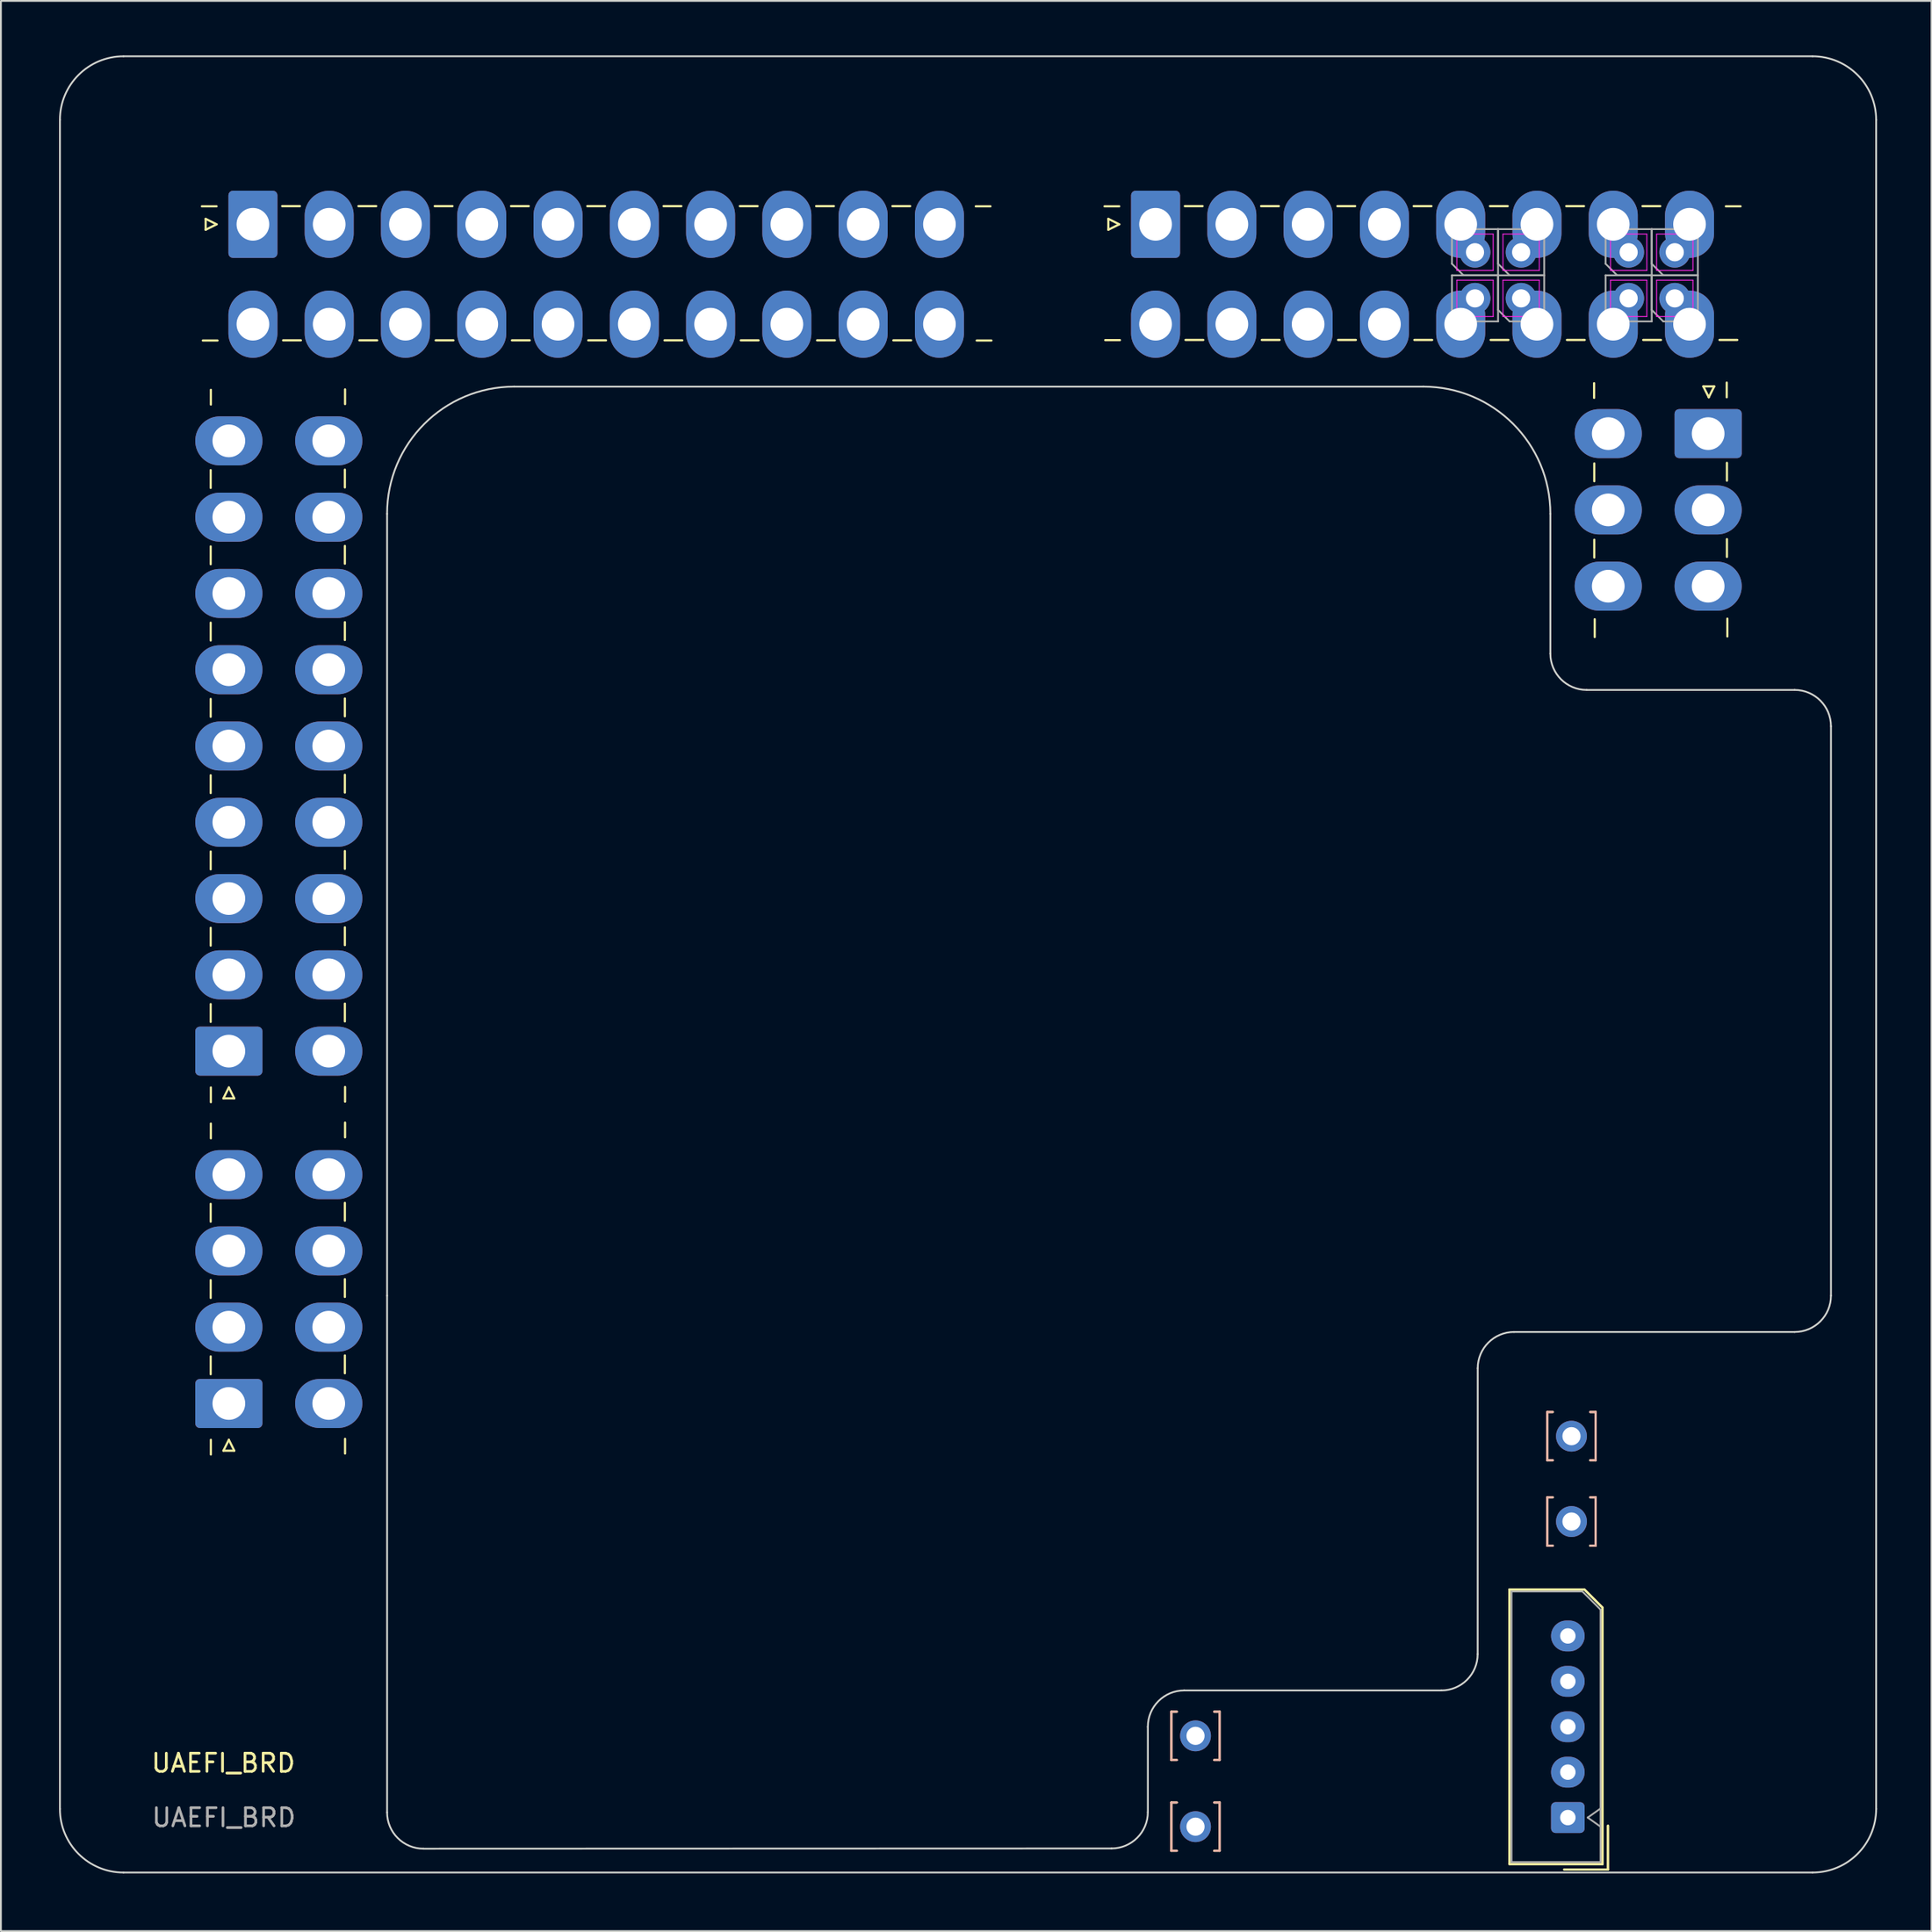
<source format=kicad_pcb>
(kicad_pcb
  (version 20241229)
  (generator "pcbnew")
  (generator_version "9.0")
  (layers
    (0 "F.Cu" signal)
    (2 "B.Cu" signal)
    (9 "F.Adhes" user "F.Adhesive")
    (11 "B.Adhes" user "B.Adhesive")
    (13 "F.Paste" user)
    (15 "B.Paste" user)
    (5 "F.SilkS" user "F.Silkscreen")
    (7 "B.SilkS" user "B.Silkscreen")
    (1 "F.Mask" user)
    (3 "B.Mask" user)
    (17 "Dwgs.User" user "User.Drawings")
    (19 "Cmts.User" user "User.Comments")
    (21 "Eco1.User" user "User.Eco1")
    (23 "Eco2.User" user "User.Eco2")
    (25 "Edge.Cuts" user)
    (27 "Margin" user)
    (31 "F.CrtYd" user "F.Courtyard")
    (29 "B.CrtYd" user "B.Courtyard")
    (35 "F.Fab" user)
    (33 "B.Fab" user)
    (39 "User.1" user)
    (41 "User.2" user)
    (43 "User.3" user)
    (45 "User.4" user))
  (footprint "UAEFI_BRD"
    (layer "F.Cu")
    (at 0.25 100.025)
    (property "Reference" "UAEFI_BRD" (at 9 -6 0) (unlocked yes) (layer "F.SilkS") (effects (font (size 1 1) (thickness 0.15))))
    (fp_line (start 8.025 -91.025) (end 8.625 -90.725) (stroke (width 0.12) (type solid)) (layer "F.SilkS"))
    (fp_line (start 8.025 -90.425) (end 8.025 -91.025) (stroke (width 0.12) (type solid)) (layer "F.SilkS"))
    (fp_line (start 8.3 -76.21) (end 8.3 -77.19) (stroke (width 0.12) (type solid)) (layer "F.SilkS"))
    (fp_line (start 8.3 -72.01) (end 8.3 -72.99) (stroke (width 0.12) (type solid)) (layer "F.SilkS"))
    (fp_line (start 8.3 -67.81) (end 8.3 -68.79) (stroke (width 0.12) (type solid)) (layer "F.SilkS"))
    (fp_line (start 8.3 -63.61) (end 8.3 -64.59) (stroke (width 0.12) (type solid)) (layer "F.SilkS"))
    (fp_line (start 8.3 -59.41) (end 8.3 -60.39) (stroke (width 0.12) (type solid)) (layer "F.SilkS"))
    (fp_line (start 8.3 -55.21) (end 8.3 -56.19) (stroke (width 0.12) (type solid)) (layer "F.SilkS"))
    (fp_line (start 8.3 -51.01) (end 8.3 -51.99) (stroke (width 0.12) (type solid)) (layer "F.SilkS"))
    (fp_line (start 8.3 -46.81) (end 8.3 -47.79) (stroke (width 0.12) (type solid)) (layer "F.SilkS"))
    (fp_line (start 8.3 -35.81) (end 8.3 -36.79) (stroke (width 0.12) (type solid)) (layer "F.SilkS"))
    (fp_line (start 8.3 -31.61) (end 8.3 -32.59) (stroke (width 0.12) (type solid)) (layer "F.SilkS"))
    (fp_line (start 8.3 -27.41) (end 8.3 -28.39) (stroke (width 0.12) (type solid)) (layer "F.SilkS"))
    (fp_line (start 8.31 -80.8) (end 8.31 -81.61) (stroke (width 0.12) (type solid)) (layer "F.SilkS"))
    (fp_line (start 8.31 -43.2) (end 8.31 -42.39) (stroke (width 0.12) (type solid)) (layer "F.SilkS"))
    (fp_line (start 8.31 -40.4) (end 8.31 -41.21) (stroke (width 0.12) (type solid)) (layer "F.SilkS"))
    (fp_line (start 8.31 -23.8) (end 8.31 -22.99) (stroke (width 0.12) (type solid)) (layer "F.SilkS"))
    (fp_line (start 8.625 -91.715) (end 7.815 -91.715) (stroke (width 0.12) (type solid)) (layer "F.SilkS"))
    (fp_line (start 8.625 -90.725) (end 8.025 -90.425) (stroke (width 0.12) (type solid)) (layer "F.SilkS"))
    (fp_line (start 8.677 -84.326) (end 7.867 -84.326) (stroke (width 0.12) (type solid)) (layer "F.SilkS"))
    (fp_line (start 9 -42.6) (end 9.3 -43.2) (stroke (width 0.12) (type solid)) (layer "F.SilkS"))
    (fp_line (start 9 -23.2) (end 9.3 -23.8) (stroke (width 0.12) (type solid)) (layer "F.SilkS"))
    (fp_line (start 9.3 -43.2) (end 9.6 -42.6) (stroke (width 0.12) (type solid)) (layer "F.SilkS"))
    (fp_line (start 9.3 -23.8) (end 9.6 -23.2) (stroke (width 0.12) (type solid)) (layer "F.SilkS"))
    (fp_line (start 9.6 -42.6) (end 9 -42.6) (stroke (width 0.12) (type solid)) (layer "F.SilkS"))
    (fp_line (start 9.6 -23.2) (end 9 -23.2) (stroke (width 0.12) (type solid)) (layer "F.SilkS"))
    (fp_line (start 12.235 -91.725) (end 13.215 -91.725) (stroke (width 0.12) (type solid)) (layer "F.SilkS"))
    (fp_line (start 12.287 -84.336) (end 13.267 -84.336) (stroke (width 0.12) (type solid)) (layer "F.SilkS"))
    (fp_line (start 15.689 -35.864) (end 15.689 -36.844) (stroke (width 0.12) (type solid)) (layer "F.SilkS"))
    (fp_line (start 15.689 -31.664) (end 15.689 -32.644) (stroke (width 0.12) (type solid)) (layer "F.SilkS"))
    (fp_line (start 15.689 -27.464) (end 15.689 -28.444) (stroke (width 0.12) (type solid)) (layer "F.SilkS"))
    (fp_line (start 15.689 -76.236) (end 15.689 -77.216) (stroke (width 0.12) (type solid)) (layer "F.SilkS"))
    (fp_line (start 15.689 -72.036) (end 15.689 -73.016) (stroke (width 0.12) (type solid)) (layer "F.SilkS"))
    (fp_line (start 15.689 -67.836) (end 15.689 -68.816) (stroke (width 0.12) (type solid)) (layer "F.SilkS"))
    (fp_line (start 15.689 -63.636) (end 15.689 -64.616) (stroke (width 0.12) (type solid)) (layer "F.SilkS"))
    (fp_line (start 15.689 -59.436) (end 15.689 -60.416) (stroke (width 0.12) (type solid)) (layer "F.SilkS"))
    (fp_line (start 15.689 -55.236) (end 15.689 -56.216) (stroke (width 0.12) (type solid)) (layer "F.SilkS"))
    (fp_line (start 15.689 -51.036) (end 15.689 -52.016) (stroke (width 0.12) (type solid)) (layer "F.SilkS"))
    (fp_line (start 15.689 -46.836) (end 15.689 -47.816) (stroke (width 0.12) (type solid)) (layer "F.SilkS"))
    (fp_line (start 15.699 -40.454) (end 15.699 -41.264) (stroke (width 0.12) (type solid)) (layer "F.SilkS"))
    (fp_line (start 15.699 -23.854) (end 15.699 -23.044) (stroke (width 0.12) (type solid)) (layer "F.SilkS"))
    (fp_line (start 15.699 -80.826) (end 15.699 -81.636) (stroke (width 0.12) (type solid)) (layer "F.SilkS"))
    (fp_line (start 15.699 -43.226) (end 15.699 -42.416) (stroke (width 0.12) (type solid)) (layer "F.SilkS"))
    (fp_line (start 16.435 -91.725) (end 17.415 -91.725) (stroke (width 0.12) (type solid)) (layer "F.SilkS"))
    (fp_line (start 16.487 -84.336) (end 17.467 -84.336) (stroke (width 0.12) (type solid)) (layer "F.SilkS"))
    (fp_line (start 20.635 -91.725) (end 21.615 -91.725) (stroke (width 0.12) (type solid)) (layer "F.SilkS"))
    (fp_line (start 20.687 -84.336) (end 21.667 -84.336) (stroke (width 0.12) (type solid)) (layer "F.SilkS"))
    (fp_line (start 24.835 -91.725) (end 25.815 -91.725) (stroke (width 0.12) (type solid)) (layer "F.SilkS"))
    (fp_line (start 24.887 -84.336) (end 25.867 -84.336) (stroke (width 0.12) (type solid)) (layer "F.SilkS"))
    (fp_line (start 29.035 -91.725) (end 30.015 -91.725) (stroke (width 0.12) (type solid)) (layer "F.SilkS"))
    (fp_line (start 29.087 -84.336) (end 30.067 -84.336) (stroke (width 0.12) (type solid)) (layer "F.SilkS"))
    (fp_line (start 33.235 -91.725) (end 34.215 -91.725) (stroke (width 0.12) (type solid)) (layer "F.SilkS"))
    (fp_line (start 33.287 -84.336) (end 34.267 -84.336) (stroke (width 0.12) (type solid)) (layer "F.SilkS"))
    (fp_line (start 37.435 -91.725) (end 38.415 -91.725) (stroke (width 0.12) (type solid)) (layer "F.SilkS"))
    (fp_line (start 37.487 -84.336) (end 38.467 -84.336) (stroke (width 0.12) (type solid)) (layer "F.SilkS"))
    (fp_line (start 41.635 -91.725) (end 42.615 -91.725) (stroke (width 0.12) (type solid)) (layer "F.SilkS"))
    (fp_line (start 41.687 -84.336) (end 42.667 -84.336) (stroke (width 0.12) (type solid)) (layer "F.SilkS"))
    (fp_line (start 45.835 -91.725) (end 46.815 -91.725) (stroke (width 0.12) (type solid)) (layer "F.SilkS"))
    (fp_line (start 45.887 -84.336) (end 46.867 -84.336) (stroke (width 0.12) (type solid)) (layer "F.SilkS"))
    (fp_line (start 50.425 -91.715) (end 51.235 -91.715) (stroke (width 0.12) (type solid)) (layer "F.SilkS"))
    (fp_line (start 50.477 -84.326) (end 51.287 -84.326) (stroke (width 0.12) (type solid)) (layer "F.SilkS"))
    (fp_line (start 57.725 -91.025) (end 58.325 -90.725) (stroke (width 0.12) (type solid)) (layer "F.SilkS"))
    (fp_line (start 57.725 -90.425) (end 57.725 -91.025) (stroke (width 0.12) (type solid)) (layer "F.SilkS"))
    (fp_line (start 58.325 -91.715) (end 57.515 -91.715) (stroke (width 0.12) (type solid)) (layer "F.SilkS"))
    (fp_line (start 58.325 -90.725) (end 57.725 -90.425) (stroke (width 0.12) (type solid)) (layer "F.SilkS"))
    (fp_line (start 58.364 -84.348) (end 57.554 -84.348) (stroke (width 0.12) (type solid)) (layer "F.SilkS"))
    (fp_line (start 61.195 -8.83) (end 61.195 -6.17) (stroke (width 0.12) (type solid)) (layer "F.SilkS"))
    (fp_line (start 61.195 -3.83) (end 61.195 -1.17) (stroke (width 0.12) (type solid)) (layer "F.SilkS"))
    (fp_line (start 61.49 -6.17) (end 61.195 -6.17) (stroke (width 0.12) (type solid)) (layer "F.SilkS"))
    (fp_line (start 61.49 -1.17) (end 61.195 -1.17) (stroke (width 0.12) (type solid)) (layer "F.SilkS"))
    (fp_line (start 61.501 -8.83) (end 61.195 -8.83) (stroke (width 0.12) (type solid)) (layer "F.SilkS"))
    (fp_line (start 61.501 -3.83) (end 61.195 -3.83) (stroke (width 0.12) (type solid)) (layer "F.SilkS"))
    (fp_line (start 61.935 -91.725) (end 62.915 -91.725) (stroke (width 0.12) (type solid)) (layer "F.SilkS"))
    (fp_line (start 61.974 -84.358) (end 62.954 -84.358) (stroke (width 0.12) (type solid)) (layer "F.SilkS"))
    (fp_line (start 63.549 -6.17) (end 63.855 -6.17) (stroke (width 0.12) (type solid)) (layer "F.SilkS"))
    (fp_line (start 63.549 -1.17) (end 63.855 -1.17) (stroke (width 0.12) (type solid)) (layer "F.SilkS"))
    (fp_line (start 63.561 -8.83) (end 63.855 -8.83) (stroke (width 0.12) (type solid)) (layer "F.SilkS"))
    (fp_line (start 63.561 -3.83) (end 63.855 -3.83) (stroke (width 0.12) (type solid)) (layer "F.SilkS"))
    (fp_line (start 63.855 -6.17) (end 63.855 -8.83) (stroke (width 0.12) (type solid)) (layer "F.SilkS"))
    (fp_line (start 63.855 -1.17) (end 63.855 -3.83) (stroke (width 0.12) (type solid)) (layer "F.SilkS"))
    (fp_line (start 66.135 -91.725) (end 67.115 -91.725) (stroke (width 0.12) (type solid)) (layer "F.SilkS"))
    (fp_line (start 66.174 -84.358) (end 67.154 -84.358) (stroke (width 0.12) (type solid)) (layer "F.SilkS"))
    (fp_line (start 70.335 -91.725) (end 71.315 -91.725) (stroke (width 0.12) (type solid)) (layer "F.SilkS"))
    (fp_line (start 70.374 -84.358) (end 71.354 -84.358) (stroke (width 0.12) (type solid)) (layer "F.SilkS"))
    (fp_line (start 74.535 -91.725) (end 75.515 -91.725) (stroke (width 0.12) (type solid)) (layer "F.SilkS"))
    (fp_line (start 74.574 -84.358) (end 75.554 -84.358) (stroke (width 0.12) (type solid)) (layer "F.SilkS"))
    (fp_line (start 78.735 -91.725) (end 79.715 -91.725) (stroke (width 0.12) (type solid)) (layer "F.SilkS"))
    (fp_line (start 78.774 -84.358) (end 79.754 -84.358) (stroke (width 0.12) (type solid)) (layer "F.SilkS"))
    (fp_line (start 79.815 -15.56) (end 79.815 -0.44) (stroke (width 0.12) (type solid)) (layer "F.SilkS"))
    (fp_line (start 79.815 -15.56) (end 79.815 -0.44) (stroke (width 0.12) (type solid)) (layer "F.SilkS"))
    (fp_line (start 79.815 -0.44) (end 84.935 -0.44) (stroke (width 0.12) (type solid)) (layer "F.SilkS"))
    (fp_line (start 79.815 -0.44) (end 84.935 -0.44) (stroke (width 0.12) (type solid)) (layer "F.SilkS"))
    (fp_line (start 81.895 -25.33) (end 81.895 -22.67) (stroke (width 0.12) (type solid)) (layer "F.SilkS"))
    (fp_line (start 81.895 -20.63) (end 81.895 -17.97) (stroke (width 0.12) (type solid)) (layer "F.SilkS"))
    (fp_line (start 82.19 -22.67) (end 81.895 -22.67) (stroke (width 0.12) (type solid)) (layer "F.SilkS"))
    (fp_line (start 82.19 -17.97) (end 81.895 -17.97) (stroke (width 0.12) (type solid)) (layer "F.SilkS"))
    (fp_line (start 82.201 -25.33) (end 81.895 -25.33) (stroke (width 0.12) (type solid)) (layer "F.SilkS"))
    (fp_line (start 82.201 -20.63) (end 81.895 -20.63) (stroke (width 0.12) (type solid)) (layer "F.SilkS"))
    (fp_line (start 82.825 -0.14) (end 85.235 -0.14) (stroke (width 0.12) (type solid)) (layer "F.SilkS"))
    (fp_line (start 82.825 -0.14) (end 85.235 -0.14) (stroke (width 0.12) (type solid)) (layer "F.SilkS"))
    (fp_line (start 82.935 -91.725) (end 83.915 -91.725) (stroke (width 0.12) (type solid)) (layer "F.SilkS"))
    (fp_line (start 82.974 -84.358) (end 83.954 -84.358) (stroke (width 0.12) (type solid)) (layer "F.SilkS"))
    (fp_line (start 83.935 -15.56) (end 79.815 -15.56) (stroke (width 0.12) (type solid)) (layer "F.SilkS"))
    (fp_line (start 83.935 -15.56) (end 79.815 -15.56) (stroke (width 0.12) (type solid)) (layer "F.SilkS"))
    (fp_line (start 84.249 -22.67) (end 84.555 -22.67) (stroke (width 0.12) (type solid)) (layer "F.SilkS"))
    (fp_line (start 84.249 -17.97) (end 84.555 -17.97) (stroke (width 0.12) (type solid)) (layer "F.SilkS"))
    (fp_line (start 84.261 -25.33) (end 84.555 -25.33) (stroke (width 0.12) (type solid)) (layer "F.SilkS"))
    (fp_line (start 84.261 -20.63) (end 84.555 -20.63) (stroke (width 0.12) (type solid)) (layer "F.SilkS"))
    (fp_line (start 84.47 -81.168) (end 84.47 -81.978) (stroke (width 0.12) (type solid)) (layer "F.SilkS"))
    (fp_line (start 84.48 -77.558) (end 84.48 -76.578) (stroke (width 0.12) (type solid)) (layer "F.SilkS"))
    (fp_line (start 84.48 -73.358) (end 84.48 -72.378) (stroke (width 0.12) (type solid)) (layer "F.SilkS"))
    (fp_line (start 84.504 -68) (end 84.504 -68.98) (stroke (width 0.12) (type solid)) (layer "F.SilkS"))
    (fp_line (start 84.555 -22.67) (end 84.555 -25.33) (stroke (width 0.12) (type solid)) (layer "F.SilkS"))
    (fp_line (start 84.555 -17.97) (end 84.555 -20.63) (stroke (width 0.12) (type solid)) (layer "F.SilkS"))
    (fp_line (start 84.935 -14.56) (end 83.935 -15.56) (stroke (width 0.12) (type solid)) (layer "F.SilkS"))
    (fp_line (start 84.935 -14.56) (end 83.935 -15.56) (stroke (width 0.12) (type solid)) (layer "F.SilkS"))
    (fp_line (start 84.935 -0.44) (end 84.935 -14.56) (stroke (width 0.12) (type solid)) (layer "F.SilkS"))
    (fp_line (start 84.935 -0.44) (end 84.935 -14.56) (stroke (width 0.12) (type solid)) (layer "F.SilkS"))
    (fp_line (start 85.235 -0.14) (end 85.235 -2.55) (stroke (width 0.12) (type solid)) (layer "F.SilkS"))
    (fp_line (start 85.235 -0.14) (end 85.235 -2.55) (stroke (width 0.12) (type solid)) (layer "F.SilkS"))
    (fp_line (start 87.135 -91.725) (end 88.115 -91.725) (stroke (width 0.12) (type solid)) (layer "F.SilkS"))
    (fp_line (start 87.174 -84.358) (end 88.154 -84.358) (stroke (width 0.12) (type solid)) (layer "F.SilkS"))
    (fp_line (start 90.484 -81.8) (end 91.084 -81.8) (stroke (width 0.12) (type solid)) (layer "F.SilkS"))
    (fp_line (start 90.784 -81.2) (end 90.484 -81.8) (stroke (width 0.12) (type solid)) (layer "F.SilkS"))
    (fp_line (start 91.084 -81.8) (end 90.784 -81.2) (stroke (width 0.12) (type solid)) (layer "F.SilkS"))
    (fp_line (start 91.374 -84.358) (end 92.354 -84.358) (stroke (width 0.12) (type solid)) (layer "F.SilkS"))
    (fp_line (start 91.725 -91.715) (end 92.535 -91.715) (stroke (width 0.12) (type solid)) (layer "F.SilkS"))
    (fp_line (start 91.774 -81.2) (end 91.774 -82.01) (stroke (width 0.12) (type solid)) (layer "F.SilkS"))
    (fp_line (start 91.784 -77.59) (end 91.784 -76.61) (stroke (width 0.12) (type solid)) (layer "F.SilkS"))
    (fp_line (start 91.784 -73.39) (end 91.784 -72.41) (stroke (width 0.12) (type solid)) (layer "F.SilkS"))
    (fp_line (start 91.808 -68.032) (end 91.808 -69.012) (stroke (width 0.12) (type solid)) (layer "F.SilkS"))
    (fp_line (start 61.195 -6.17) (end 61.195 -8.83) (stroke (width 0.12) (type solid)) (layer "B.SilkS"))
    (fp_line (start 61.195 -1.17) (end 61.195 -3.83) (stroke (width 0.12) (type solid)) (layer "B.SilkS"))
    (fp_line (start 61.49 -8.83) (end 61.195 -8.83) (stroke (width 0.12) (type solid)) (layer "B.SilkS"))
    (fp_line (start 61.49 -3.83) (end 61.195 -3.83) (stroke (width 0.12) (type solid)) (layer "B.SilkS"))
    (fp_line (start 61.501 -6.17) (end 61.195 -6.17) (stroke (width 0.12) (type solid)) (layer "B.SilkS"))
    (fp_line (start 61.501 -1.17) (end 61.195 -1.17) (stroke (width 0.12) (type solid)) (layer "B.SilkS"))
    (fp_line (start 63.549 -8.83) (end 63.855 -8.83) (stroke (width 0.12) (type solid)) (layer "B.SilkS"))
    (fp_line (start 63.549 -3.83) (end 63.855 -3.83) (stroke (width 0.12) (type solid)) (layer "B.SilkS"))
    (fp_line (start 63.561 -6.17) (end 63.855 -6.17) (stroke (width 0.12) (type solid)) (layer "B.SilkS"))
    (fp_line (start 63.561 -1.17) (end 63.855 -1.17) (stroke (width 0.12) (type solid)) (layer "B.SilkS"))
    (fp_line (start 63.855 -8.83) (end 63.855 -6.17) (stroke (width 0.12) (type solid)) (layer "B.SilkS"))
    (fp_line (start 63.855 -3.83) (end 63.855 -1.17) (stroke (width 0.12) (type solid)) (layer "B.SilkS"))
    (fp_line (start 81.895 -22.67) (end 81.895 -25.33) (stroke (width 0.12) (type solid)) (layer "B.SilkS"))
    (fp_line (start 81.895 -17.97) (end 81.895 -20.63) (stroke (width 0.12) (type solid)) (layer "B.SilkS"))
    (fp_line (start 82.19 -25.33) (end 81.895 -25.33) (stroke (width 0.12) (type solid)) (layer "B.SilkS"))
    (fp_line (start 82.19 -20.63) (end 81.895 -20.63) (stroke (width 0.12) (type solid)) (layer "B.SilkS"))
    (fp_line (start 82.201 -22.67) (end 81.895 -22.67) (stroke (width 0.12) (type solid)) (layer "B.SilkS"))
    (fp_line (start 82.201 -17.97) (end 81.895 -17.97) (stroke (width 0.12) (type solid)) (layer "B.SilkS"))
    (fp_line (start 84.249 -25.33) (end 84.555 -25.33) (stroke (width 0.12) (type solid)) (layer "B.SilkS"))
    (fp_line (start 84.249 -20.63) (end 84.555 -20.63) (stroke (width 0.12) (type solid)) (layer "B.SilkS"))
    (fp_line (start 84.261 -22.67) (end 84.555 -22.67) (stroke (width 0.12) (type solid)) (layer "B.SilkS"))
    (fp_line (start 84.261 -17.97) (end 84.555 -17.97) (stroke (width 0.12) (type solid)) (layer "B.SilkS"))
    (fp_line (start 84.555 -25.33) (end 84.555 -22.67) (stroke (width 0.12) (type solid)) (layer "B.SilkS"))
    (fp_line (start 84.555 -20.63) (end 84.555 -17.97) (stroke (width 0.12) (type solid)) (layer "B.SilkS"))
    (fp_line (start 0 -96.475) (end 0 -3.475) (stroke (width 0.1) (type default)) (layer "Edge.Cuts"))
    (fp_line (start 3.5 0.025) (end 96.5 0.025) (stroke (width 0.1) (type default)) (layer "Edge.Cuts"))
    (fp_line (start 18.013 -31.737) (end 18.013 -74.787) (stroke (width 0.1) (type default)) (layer "Edge.Cuts"))
    (fp_line (start 18.013 -31.737) (end 18.013 -3.287) (stroke (width 0.1) (type default)) (layer "Edge.Cuts"))
    (fp_line (start 57.9 -1.3) (end 20.013 -1.287) (stroke (width 0.1) (type default)) (layer "Edge.Cuts"))
    (fp_line (start 59.9 -3.3) (end 59.9 -8) (stroke (width 0.1) (type default)) (layer "Edge.Cuts"))
    (fp_line (start 61.9 -10) (end 76.06 -10) (stroke (width 0.1) (type default)) (layer "Edge.Cuts"))
    (fp_line (start 75.063 -81.787) (end 25.013 -81.787) (stroke (width 0.1) (type default)) (layer "Edge.Cuts"))
    (fp_line (start 78.063 -27.737) (end 78.06 -12) (stroke (width 0.1) (type default)) (layer "Edge.Cuts"))
    (fp_line (start 80.063 -29.737) (end 95.513 -29.737) (stroke (width 0.1) (type default)) (layer "Edge.Cuts"))
    (fp_line (start 82.063 -74.787) (end 82.063 -67.087) (stroke (width 0.1) (type default)) (layer "Edge.Cuts"))
    (fp_line (start 95.513 -65.087) (end 84.063 -65.087) (stroke (width 0.1) (type default)) (layer "Edge.Cuts"))
    (fp_line (start 96.5 -99.975) (end 3.5 -99.975) (stroke (width 0.1) (type default)) (layer "Edge.Cuts"))
    (fp_line (start 97.513 -31.737) (end 97.513 -63.087) (stroke (width 0.1) (type default)) (layer "Edge.Cuts"))
    (fp_line (start 100 -3.475) (end 100 -96.475) (stroke (width 0.1) (type default)) (layer "Edge.Cuts"))
    (fp_arc (start 0 -96.474874) (mid 1.025127 -98.949746) (end 3.5 -99.974874) (stroke (width 0.1) (type default)) (layer "Edge.Cuts"))
    (fp_arc (start 3.5 0.025126) (mid 1.025128 -1.000001) (end 0 -3.474874) (stroke (width 0.1) (type default)) (layer "Edge.Cuts"))
    (fp_arc (start 18.012562 -74.787438) (mid 20.062815 -79.737185) (end 25.012563 -81.787437) (stroke (width 0.1) (type solid)) (layer "Edge.Cuts"))
    (fp_arc (start 20.012563 -1.287437) (mid 18.59835 -1.873224) (end 18.012563 -3.287437) (stroke (width 0.1) (type default)) (layer "Edge.Cuts"))
    (fp_arc (start 59.899911 -8.00008) (mid 60.485719 -9.414272) (end 61.899911 -10.00008) (stroke (width 0.1) (type default)) (layer "Edge.Cuts"))
    (fp_arc (start 59.9 -3.3) (mid 59.314192 -1.885808) (end 57.9 -1.3) (stroke (width 0.1) (type default)) (layer "Edge.Cuts"))
    (fp_arc (start 75.062815 -81.787437) (mid 80.012612 -79.73722) (end 82.062814 -74.787436) (stroke (width 0.1) (type solid)) (layer "Edge.Cuts"))
    (fp_arc (start 78.060074 -11.999926) (mid 77.474266 -10.585734) (end 76.060074 -9.999926) (stroke (width 0.1) (type default)) (layer "Edge.Cuts"))
    (fp_arc (start 78.062811 -27.73718) (mid 78.648619 -29.151383) (end 80.062811 -29.73718) (stroke (width 0.1) (type default)) (layer "Edge.Cuts"))
    (fp_arc (start 84.062814 -65.087437) (mid 82.648592 -65.673201) (end 82.062814 -67.087437) (stroke (width 0.1) (type default)) (layer "Edge.Cuts"))
    (fp_arc (start 95.512563 -65.087437) (mid 96.926766 -64.50164) (end 97.512563 -63.087437) (stroke (width 0.1) (type default)) (layer "Edge.Cuts"))
    (fp_arc (start 96.5 -99.974874) (mid 98.974877 -98.949751) (end 100 -96.474874) (stroke (width 0.1) (type default)) (layer "Edge.Cuts"))
    (fp_arc (start 97.512563 -31.73718) (mid 96.926801 -30.322937) (end 95.512563 -29.73718) (stroke (width 0.1) (type default)) (layer "Edge.Cuts"))
    (fp_arc (start 100 -3.474874) (mid 98.97487 -1.000005) (end 96.5 0.025126) (stroke (width 0.1) (type default)) (layer "Edge.Cuts"))
    (fp_line (start 76.913 -90.187) (end 76.913 -88.187) (stroke (width 0.05) (type solid)) (layer "F.CrtYd"))
    (fp_line (start 76.913 -88.187) (end 78.913 -88.187) (stroke (width 0.05) (type solid)) (layer "F.CrtYd"))
    (fp_line (start 76.913 -87.647) (end 76.913 -85.647) (stroke (width 0.05) (type solid)) (layer "F.CrtYd"))
    (fp_line (start 76.913 -85.647) (end 78.913 -85.647) (stroke (width 0.05) (type solid)) (layer "F.CrtYd"))
    (fp_line (start 78.913 -90.187) (end 76.913 -90.187) (stroke (width 0.05) (type solid)) (layer "F.CrtYd"))
    (fp_line (start 78.913 -88.187) (end 78.913 -90.187) (stroke (width 0.05) (type solid)) (layer "F.CrtYd"))
    (fp_line (start 78.913 -87.647) (end 76.913 -87.647) (stroke (width 0.05) (type solid)) (layer "F.CrtYd"))
    (fp_line (start 78.913 -85.647) (end 78.913 -87.647) (stroke (width 0.05) (type solid)) (layer "F.CrtYd"))
    (fp_line (start 79.453 -90.187) (end 79.453 -88.187) (stroke (width 0.05) (type solid)) (layer "F.CrtYd"))
    (fp_line (start 79.453 -88.187) (end 81.453 -88.187) (stroke (width 0.05) (type solid)) (layer "F.CrtYd"))
    (fp_line (start 79.453 -87.647) (end 79.453 -85.647) (stroke (width 0.05) (type solid)) (layer "F.CrtYd"))
    (fp_line (start 79.453 -85.647) (end 81.453 -85.647) (stroke (width 0.05) (type solid)) (layer "F.CrtYd"))
    (fp_line (start 81.453 -90.187) (end 79.453 -90.187) (stroke (width 0.05) (type solid)) (layer "F.CrtYd"))
    (fp_line (start 81.453 -88.187) (end 81.453 -90.187) (stroke (width 0.05) (type solid)) (layer "F.CrtYd"))
    (fp_line (start 81.453 -87.647) (end 79.453 -87.647) (stroke (width 0.05) (type solid)) (layer "F.CrtYd"))
    (fp_line (start 81.453 -85.647) (end 81.453 -87.647) (stroke (width 0.05) (type solid)) (layer "F.CrtYd"))
    (fp_line (start 85.373 -90.187) (end 85.373 -88.187) (stroke (width 0.05) (type solid)) (layer "F.CrtYd"))
    (fp_line (start 85.373 -88.187) (end 87.373 -88.187) (stroke (width 0.05) (type solid)) (layer "F.CrtYd"))
    (fp_line (start 85.373 -87.647) (end 85.373 -85.647) (stroke (width 0.05) (type solid)) (layer "F.CrtYd"))
    (fp_line (start 85.373 -85.647) (end 87.373 -85.647) (stroke (width 0.05) (type solid)) (layer "F.CrtYd"))
    (fp_line (start 87.373 -90.187) (end 85.373 -90.187) (stroke (width 0.05) (type solid)) (layer "F.CrtYd"))
    (fp_line (start 87.373 -88.187) (end 87.373 -90.187) (stroke (width 0.05) (type solid)) (layer "F.CrtYd"))
    (fp_line (start 87.373 -87.647) (end 85.373 -87.647) (stroke (width 0.05) (type solid)) (layer "F.CrtYd"))
    (fp_line (start 87.373 -85.647) (end 87.373 -87.647) (stroke (width 0.05) (type solid)) (layer "F.CrtYd"))
    (fp_line (start 87.913 -90.187) (end 87.913 -88.187) (stroke (width 0.05) (type solid)) (layer "F.CrtYd"))
    (fp_line (start 87.913 -88.187) (end 89.913 -88.187) (stroke (width 0.05) (type solid)) (layer "F.CrtYd"))
    (fp_line (start 87.913 -87.647) (end 87.913 -85.647) (stroke (width 0.05) (type solid)) (layer "F.CrtYd"))
    (fp_line (start 87.913 -85.647) (end 89.913 -85.647) (stroke (width 0.05) (type solid)) (layer "F.CrtYd"))
    (fp_line (start 89.913 -90.187) (end 87.913 -90.187) (stroke (width 0.05) (type solid)) (layer "F.CrtYd"))
    (fp_line (start 89.913 -88.187) (end 89.913 -90.187) (stroke (width 0.05) (type solid)) (layer "F.CrtYd"))
    (fp_line (start 89.913 -87.647) (end 87.913 -87.647) (stroke (width 0.05) (type solid)) (layer "F.CrtYd"))
    (fp_line (start 89.913 -85.647) (end 89.913 -87.647) (stroke (width 0.05) (type solid)) (layer "F.CrtYd"))
    (fp_line (start 76.643 -90.457) (end 79.183 -90.457) (stroke (width 0.1) (type solid)) (layer "F.Fab"))
    (fp_line (start 76.643 -88.552) (end 76.643 -90.457) (stroke (width 0.1) (type solid)) (layer "F.Fab"))
    (fp_line (start 76.643 -87.917) (end 79.183 -87.917) (stroke (width 0.1) (type solid)) (layer "F.Fab"))
    (fp_line (start 76.643 -86.012) (end 76.643 -87.917) (stroke (width 0.1) (type solid)) (layer "F.Fab"))
    (fp_line (start 77.278 -87.917) (end 76.643 -88.552) (stroke (width 0.1) (type solid)) (layer "F.Fab"))
    (fp_line (start 77.278 -85.377) (end 76.643 -86.012) (stroke (width 0.1) (type solid)) (layer "F.Fab"))
    (fp_line (start 79.183 -90.457) (end 79.183 -87.917) (stroke (width 0.1) (type solid)) (layer "F.Fab"))
    (fp_line (start 79.183 -90.457) (end 81.723 -90.457) (stroke (width 0.1) (type solid)) (layer "F.Fab"))
    (fp_line (start 79.183 -88.552) (end 79.183 -90.457) (stroke (width 0.1) (type solid)) (layer "F.Fab"))
    (fp_line (start 79.183 -87.917) (end 77.278 -87.917) (stroke (width 0.1) (type solid)) (layer "F.Fab"))
    (fp_line (start 79.183 -87.917) (end 79.183 -85.377) (stroke (width 0.1) (type solid)) (layer "F.Fab"))
    (fp_line (start 79.183 -87.917) (end 81.723 -87.917) (stroke (width 0.1) (type solid)) (layer "F.Fab"))
    (fp_line (start 79.183 -86.012) (end 79.183 -87.917) (stroke (width 0.1) (type solid)) (layer "F.Fab"))
    (fp_line (start 79.183 -85.377) (end 77.278 -85.377) (stroke (width 0.1) (type solid)) (layer "F.Fab"))
    (fp_line (start 79.818 -87.917) (end 79.183 -88.552) (stroke (width 0.1) (type solid)) (layer "F.Fab"))
    (fp_line (start 79.818 -85.377) (end 79.183 -86.012) (stroke (width 0.1) (type solid)) (layer "F.Fab"))
    (fp_line (start 79.925 -15.45) (end 79.925 -0.55) (stroke (width 0.1) (type solid)) (layer "F.Fab"))
    (fp_line (start 79.925 -0.55) (end 84.825 -0.55) (stroke (width 0.1) (type solid)) (layer "F.Fab"))
    (fp_line (start 81.723 -90.457) (end 81.723 -87.917) (stroke (width 0.1) (type solid)) (layer "F.Fab"))
    (fp_line (start 81.723 -87.917) (end 79.818 -87.917) (stroke (width 0.1) (type solid)) (layer "F.Fab"))
    (fp_line (start 81.723 -87.917) (end 81.723 -85.377) (stroke (width 0.1) (type solid)) (layer "F.Fab"))
    (fp_line (start 81.723 -85.377) (end 79.818 -85.377) (stroke (width 0.1) (type solid)) (layer "F.Fab"))
    (fp_line (start 83.825 -15.45) (end 79.925 -15.45) (stroke (width 0.1) (type solid)) (layer "F.Fab"))
    (fp_line (start 84.118 -3) (end 84.825 -3.5) (stroke (width 0.1) (type solid)) (layer "F.Fab"))
    (fp_line (start 84.825 -14.45) (end 83.825 -15.45) (stroke (width 0.1) (type solid)) (layer "F.Fab"))
    (fp_line (start 84.825 -2.5) (end 84.118 -3) (stroke (width 0.1) (type solid)) (layer "F.Fab"))
    (fp_line (start 84.825 -0.55) (end 84.825 -14.45) (stroke (width 0.1) (type solid)) (layer "F.Fab"))
    (fp_line (start 85.103 -90.457) (end 87.643 -90.457) (stroke (width 0.1) (type solid)) (layer "F.Fab"))
    (fp_line (start 85.103 -88.552) (end 85.103 -90.457) (stroke (width 0.1) (type solid)) (layer "F.Fab"))
    (fp_line (start 85.103 -87.917) (end 87.643 -87.917) (stroke (width 0.1) (type solid)) (layer "F.Fab"))
    (fp_line (start 85.103 -86.012) (end 85.103 -87.917) (stroke (width 0.1) (type solid)) (layer "F.Fab"))
    (fp_line (start 85.738 -87.917) (end 85.103 -88.552) (stroke (width 0.1) (type solid)) (layer "F.Fab"))
    (fp_line (start 85.738 -85.377) (end 85.103 -86.012) (stroke (width 0.1) (type solid)) (layer "F.Fab"))
    (fp_line (start 87.643 -90.457) (end 87.643 -87.917) (stroke (width 0.1) (type solid)) (layer "F.Fab"))
    (fp_line (start 87.643 -90.457) (end 90.183 -90.457) (stroke (width 0.1) (type solid)) (layer "F.Fab"))
    (fp_line (start 87.643 -88.552) (end 87.643 -90.457) (stroke (width 0.1) (type solid)) (layer "F.Fab"))
    (fp_line (start 87.643 -87.917) (end 85.738 -87.917) (stroke (width 0.1) (type solid)) (layer "F.Fab"))
    (fp_line (start 87.643 -87.917) (end 87.643 -85.377) (stroke (width 0.1) (type solid)) (layer "F.Fab"))
    (fp_line (start 87.643 -87.917) (end 90.183 -87.917) (stroke (width 0.1) (type solid)) (layer "F.Fab"))
    (fp_line (start 87.643 -86.012) (end 87.643 -87.917) (stroke (width 0.1) (type solid)) (layer "F.Fab"))
    (fp_line (start 87.643 -85.377) (end 85.738 -85.377) (stroke (width 0.1) (type solid)) (layer "F.Fab"))
    (fp_line (start 88.278 -87.917) (end 87.643 -88.552) (stroke (width 0.1) (type solid)) (layer "F.Fab"))
    (fp_line (start 88.278 -85.377) (end 87.643 -86.012) (stroke (width 0.1) (type solid)) (layer "F.Fab"))
    (fp_line (start 90.183 -90.457) (end 90.183 -87.917) (stroke (width 0.1) (type solid)) (layer "F.Fab"))
    (fp_line (start 90.183 -87.917) (end 88.278 -87.917) (stroke (width 0.1) (type solid)) (layer "F.Fab"))
    (fp_line (start 90.183 -87.917) (end 90.183 -85.377) (stroke (width 0.1) (type solid)) (layer "F.Fab"))
    (fp_line (start 90.183 -85.377) (end 88.278 -85.377) (stroke (width 0.1) (type solid)) (layer "F.Fab"))
    (fp_text user "${REFERENCE}" (at 9.025 -3 0) (unlocked yes) (layer "F.Fab") (effects (font (size 1 1) (thickness 0.15))))
    (pad "A1" thru_hole roundrect (at 9.3 -25.8 90) (size 2.7 3.7) (drill 1.8) (layers "*.Cu" "*.Mask") (roundrect_rratio 0.093))
    (pad "A2" thru_hole oval (at 9.3 -30 90) (size 2.7 3.7) (drill 1.8) (layers "*.Cu" "*.Mask"))
    (pad "A3" thru_hole oval (at 9.3 -34.2 90) (size 2.7 3.7) (drill 1.8) (layers "*.Cu" "*.Mask"))
    (pad "A4" thru_hole oval (at 9.3 -38.4 90) (size 2.7 3.7) (drill 1.8) (layers "*.Cu" "*.Mask"))
    (pad "A5" thru_hole oval (at 14.8 -25.8 90) (size 2.7 3.7) (drill 1.8) (layers "*.Cu" "*.Mask"))
    (pad "A6" thru_hole oval (at 14.8 -30 90) (size 2.7 3.7) (drill 1.8) (layers "*.Cu" "*.Mask"))
    (pad "A7" thru_hole oval (at 14.8 -34.2 90) (size 2.7 3.7) (drill 1.8) (layers "*.Cu" "*.Mask"))
    (pad "A8" thru_hole oval (at 14.8 -38.4 90) (size 2.7 3.7) (drill 1.8) (layers "*.Cu" "*.Mask"))
    (pad "B1" thru_hole roundrect (at 9.3 -45.2 90) (size 2.7 3.7) (drill 1.8) (layers "*.Cu" "*.Mask") (roundrect_rratio 0.093))
    (pad "B2" thru_hole oval (at 9.3 -49.4 90) (size 2.7 3.7) (drill 1.8) (layers "*.Cu" "*.Mask"))
    (pad "B3" thru_hole oval (at 9.3 -53.6 90) (size 2.7 3.7) (drill 1.8) (layers "*.Cu" "*.Mask"))
    (pad "B4" thru_hole oval (at 9.3 -57.8 90) (size 2.7 3.7) (drill 1.8) (layers "*.Cu" "*.Mask"))
    (pad "B5" thru_hole oval (at 9.3 -62 90) (size 2.7 3.7) (drill 1.8) (layers "*.Cu" "*.Mask"))
    (pad "B6" thru_hole oval (at 9.3 -66.2 90) (size 2.7 3.7) (drill 1.8) (layers "*.Cu" "*.Mask"))
    (pad "B7" thru_hole oval (at 9.3 -70.4 90) (size 2.7 3.7) (drill 1.8) (layers "*.Cu" "*.Mask"))
    (pad "B8" thru_hole oval (at 9.3 -74.6 90) (size 2.7 3.7) (drill 1.8) (layers "*.Cu" "*.Mask"))
    (pad "B9" thru_hole oval (at 9.3 -78.8 90) (size 2.7 3.7) (drill 1.8) (layers "*.Cu" "*.Mask"))
    (pad "B10" thru_hole oval (at 14.8 -45.2 90) (size 2.7 3.7) (drill 1.8) (layers "*.Cu" "*.Mask"))
    (pad "B11" thru_hole oval (at 14.8 -49.4 90) (size 2.7 3.7) (drill 1.8) (layers "*.Cu" "*.Mask"))
    (pad "B12" thru_hole oval (at 14.8 -53.6 90) (size 2.7 3.7) (drill 1.8) (layers "*.Cu" "*.Mask"))
    (pad "B13" thru_hole oval (at 14.8 -57.8 90) (size 2.7 3.7) (drill 1.8) (layers "*.Cu" "*.Mask"))
    (pad "B14" thru_hole oval (at 14.8 -62 90) (size 2.7 3.7) (drill 1.8) (layers "*.Cu" "*.Mask"))
    (pad "B15" thru_hole oval (at 14.8 -66.2 90) (size 2.7 3.7) (drill 1.8) (layers "*.Cu" "*.Mask"))
    (pad "B16" thru_hole oval (at 14.8 -70.4 90) (size 2.7 3.7) (drill 1.8) (layers "*.Cu" "*.Mask"))
    (pad "B17" thru_hole oval (at 14.8 -74.6 90) (size 2.7 3.7) (drill 1.8) (layers "*.Cu" "*.Mask"))
    (pad "B18" thru_hole oval (at 14.8 -78.8 90) (size 2.7 3.7) (drill 1.8) (layers "*.Cu" "*.Mask"))
    (pad "C1" thru_hole roundrect (at 10.625 -90.725) (size 2.7 3.7) (drill 1.8) (layers "*.Cu" "*.Mask") (roundrect_rratio 0.093))
    (pad "C2" thru_hole oval (at 14.825 -90.725) (size 2.7 3.7) (drill 1.8) (layers "*.Cu" "*.Mask"))
    (pad "C3" thru_hole oval (at 19.025 -90.725) (size 2.7 3.7) (drill 1.8) (layers "*.Cu" "*.Mask"))
    (pad "C4" thru_hole oval (at 23.225 -90.725) (size 2.7 3.7) (drill 1.8) (layers "*.Cu" "*.Mask"))
    (pad "C5" thru_hole oval (at 27.425 -90.725) (size 2.7 3.7) (drill 1.8) (layers "*.Cu" "*.Mask"))
    (pad "C6" thru_hole oval (at 31.625 -90.725) (size 2.7 3.7) (drill 1.8) (layers "*.Cu" "*.Mask"))
    (pad "C7" thru_hole oval (at 35.825 -90.725) (size 2.7 3.7) (drill 1.8) (layers "*.Cu" "*.Mask"))
    (pad "C8" thru_hole oval (at 40.025 -90.725) (size 2.7 3.7) (drill 1.8) (layers "*.Cu" "*.Mask"))
    (pad "C9" thru_hole oval (at 44.225 -90.725) (size 2.7 3.7) (drill 1.8) (layers "*.Cu" "*.Mask"))
    (pad "C10" thru_hole oval (at 48.425 -90.725) (size 2.7 3.7) (drill 1.8) (layers "*.Cu" "*.Mask"))
    (pad "C11" thru_hole oval (at 10.625 -85.225) (size 2.7 3.7) (drill 1.8) (layers "*.Cu" "*.Mask"))
    (pad "C12" thru_hole oval (at 14.825 -85.225) (size 2.7 3.7) (drill 1.8) (layers "*.Cu" "*.Mask"))
    (pad "C13" thru_hole oval (at 19.025 -85.225) (size 2.7 3.7) (drill 1.8) (layers "*.Cu" "*.Mask"))
    (pad "C14" thru_hole oval (at 23.225 -85.225) (size 2.7 3.7) (drill 1.8) (layers "*.Cu" "*.Mask"))
    (pad "C15" thru_hole oval (at 27.425 -85.225) (size 2.7 3.7) (drill 1.8) (layers "*.Cu" "*.Mask"))
    (pad "C16" thru_hole oval (at 31.625 -85.225) (size 2.7 3.7) (drill 1.8) (layers "*.Cu" "*.Mask"))
    (pad "C17" thru_hole oval (at 35.825 -85.225) (size 2.7 3.7) (drill 1.8) (layers "*.Cu" "*.Mask"))
    (pad "C18" thru_hole oval (at 40.025 -85.225) (size 2.7 3.7) (drill 1.8) (layers "*.Cu" "*.Mask"))
    (pad "C19" thru_hole oval (at 44.225 -85.225) (size 2.7 3.7) (drill 1.8) (layers "*.Cu" "*.Mask"))
    (pad "C20" thru_hole oval (at 48.425 -85.225) (size 2.7 3.7) (drill 1.8) (layers "*.Cu" "*.Mask"))
    (pad "D1" thru_hole roundrect (at 60.325 -90.725) (size 2.7 3.7) (drill 1.8) (layers "*.Cu" "*.Mask") (roundrect_rratio 0.093))
    (pad "D2" thru_hole oval (at 64.525 -90.725) (size 2.7 3.7) (drill 1.8) (layers "*.Cu" "*.Mask"))
    (pad "D3" thru_hole oval (at 68.725 -90.725) (size 2.7 3.7) (drill 1.8) (layers "*.Cu" "*.Mask"))
    (pad "D4" thru_hole oval (at 72.925 -90.725) (size 2.7 3.7) (drill 1.8) (layers "*.Cu" "*.Mask"))
    (pad "D5" thru_hole oval (at 77.125 -90.725) (size 2.7 3.7) (drill 1.8) (layers "*.Cu" "*.Mask"))
    (pad "D5" thru_hole circle (at 77.913 -89.187 90) (size 1.7 1.7) (drill 1) (layers "*.Cu" "*.Mask"))
    (pad "D6" thru_hole circle (at 80.453 -89.187 90) (size 1.7 1.7) (drill 1) (layers "*.Cu" "*.Mask"))
    (pad "D6" thru_hole oval (at 81.325 -90.725) (size 2.7 3.7) (drill 1.8) (layers "*.Cu" "*.Mask"))
    (pad "D7" thru_hole oval (at 85.525 -90.725) (size 2.7 3.7) (drill 1.8) (layers "*.Cu" "*.Mask"))
    (pad "D7" thru_hole circle (at 86.373 -89.187 90) (size 1.7 1.7) (drill 1) (layers "*.Cu" "*.Mask"))
    (pad "D8" thru_hole circle (at 88.913 -89.187 90) (size 1.7 1.7) (drill 1) (layers "*.Cu" "*.Mask"))
    (pad "D8" thru_hole oval (at 89.725 -90.725) (size 2.7 3.7) (drill 1.8) (layers "*.Cu" "*.Mask"))
    (pad "D9" thru_hole oval (at 60.325 -85.225) (size 2.7 3.7) (drill 1.8) (layers "*.Cu" "*.Mask"))
    (pad "D10" thru_hole oval (at 64.525 -85.225) (size 2.7 3.7) (drill 1.8) (layers "*.Cu" "*.Mask"))
    (pad "D11" thru_hole oval (at 68.725 -85.225) (size 2.7 3.7) (drill 1.8) (layers "*.Cu" "*.Mask"))
    (pad "D12" thru_hole oval (at 72.925 -85.225) (size 2.7 3.7) (drill 1.8) (layers "*.Cu" "*.Mask"))
    (pad "D13" thru_hole oval (at 77.125 -85.225) (size 2.7 3.7) (drill 1.8) (layers "*.Cu" "*.Mask"))
    (pad "D13" thru_hole circle (at 77.913 -86.647 90) (size 1.7 1.7) (drill 1) (layers "*.Cu" "*.Mask"))
    (pad "D14" thru_hole circle (at 80.453 -86.647 90) (size 1.7 1.7) (drill 1) (layers "*.Cu" "*.Mask"))
    (pad "D14" thru_hole oval (at 81.325 -85.225) (size 2.7 3.7) (drill 1.8) (layers "*.Cu" "*.Mask"))
    (pad "D15" thru_hole oval (at 85.525 -85.225) (size 2.7 3.7) (drill 1.8) (layers "*.Cu" "*.Mask"))
    (pad "D15" thru_hole circle (at 86.373 -86.647 90) (size 1.7 1.7) (drill 1) (layers "*.Cu" "*.Mask"))
    (pad "D16" thru_hole circle (at 88.913 -86.647 90) (size 1.7 1.7) (drill 1) (layers "*.Cu" "*.Mask"))
    (pad "D16" thru_hole oval (at 89.725 -85.225) (size 2.7 3.7) (drill 1.8) (layers "*.Cu" "*.Mask"))
    (pad "E1" thru_hole roundrect (at 90.75 -79.2 270) (size 2.7 3.7) (drill 1.8) (layers "*.Cu" "*.Mask") (roundrect_rratio 0.093))
    (pad "E2" thru_hole oval (at 90.75 -75 270) (size 2.7 3.7) (drill 1.8) (layers "*.Cu" "*.Mask"))
    (pad "E3" thru_hole oval (at 90.75 -70.8 270) (size 2.7 3.7) (drill 1.8) (layers "*.Cu" "*.Mask"))
    (pad "E4" thru_hole oval (at 85.25 -79.2 270) (size 2.7 3.7) (drill 1.8) (layers "*.Cu" "*.Mask"))
    (pad "E5" thru_hole oval (at 85.25 -75 270) (size 2.7 3.7) (drill 1.8) (layers "*.Cu" "*.Mask"))
    (pad "E6" thru_hole oval (at 85.25 -70.8 270) (size 2.7 3.7) (drill 1.8) (layers "*.Cu" "*.Mask"))
    (pad "J1" thru_hole roundrect (at 83.025 -3 90) (size 1.7 1.85) (drill 0.85) (layers "*.Cu" "*.Mask") (roundrect_rratio 0.147))
    (pad "J2" thru_hole oval (at 83.025 -5.5 90) (size 1.7 1.85) (drill 0.85) (layers "*.Cu" "*.Mask"))
    (pad "J3" thru_hole oval (at 83.025 -8 90) (size 1.7 1.85) (drill 0.85) (layers "*.Cu" "*.Mask"))
    (pad "J4" thru_hole oval (at 83.025 -10.5 90) (size 1.7 1.85) (drill 0.85) (layers "*.Cu" "*.Mask"))
    (pad "J5" thru_hole oval (at 83.025 -13 90) (size 1.7 1.85) (drill 0.85) (layers "*.Cu" "*.Mask"))
    (pad "P3" thru_hole circle (at 62.525 -2.5) (size 1.7 1.7) (drill 1) (layers "*.Cu" "*.Mask"))
    (pad "P4" thru_hole circle (at 62.525 -7.5) (size 1.7 1.7) (drill 1) (layers "*.Cu" "*.Mask"))
    (pad "P7" thru_hole circle (at 83.225 -24) (size 1.7 1.7) (drill 1) (layers "*.Cu" "*.Mask"))
    (pad "P8" thru_hole circle (at 83.225 -19.3) (size 1.7 1.7) (drill 1) (layers "*.Cu" "*.Mask")))
  (gr_rect
    (start -3 -3)
    (end 103.3 103.275)
    (stroke (width 0.1) (type default))
    (fill no)
    (layer "Edge.Cuts")))
</source>
